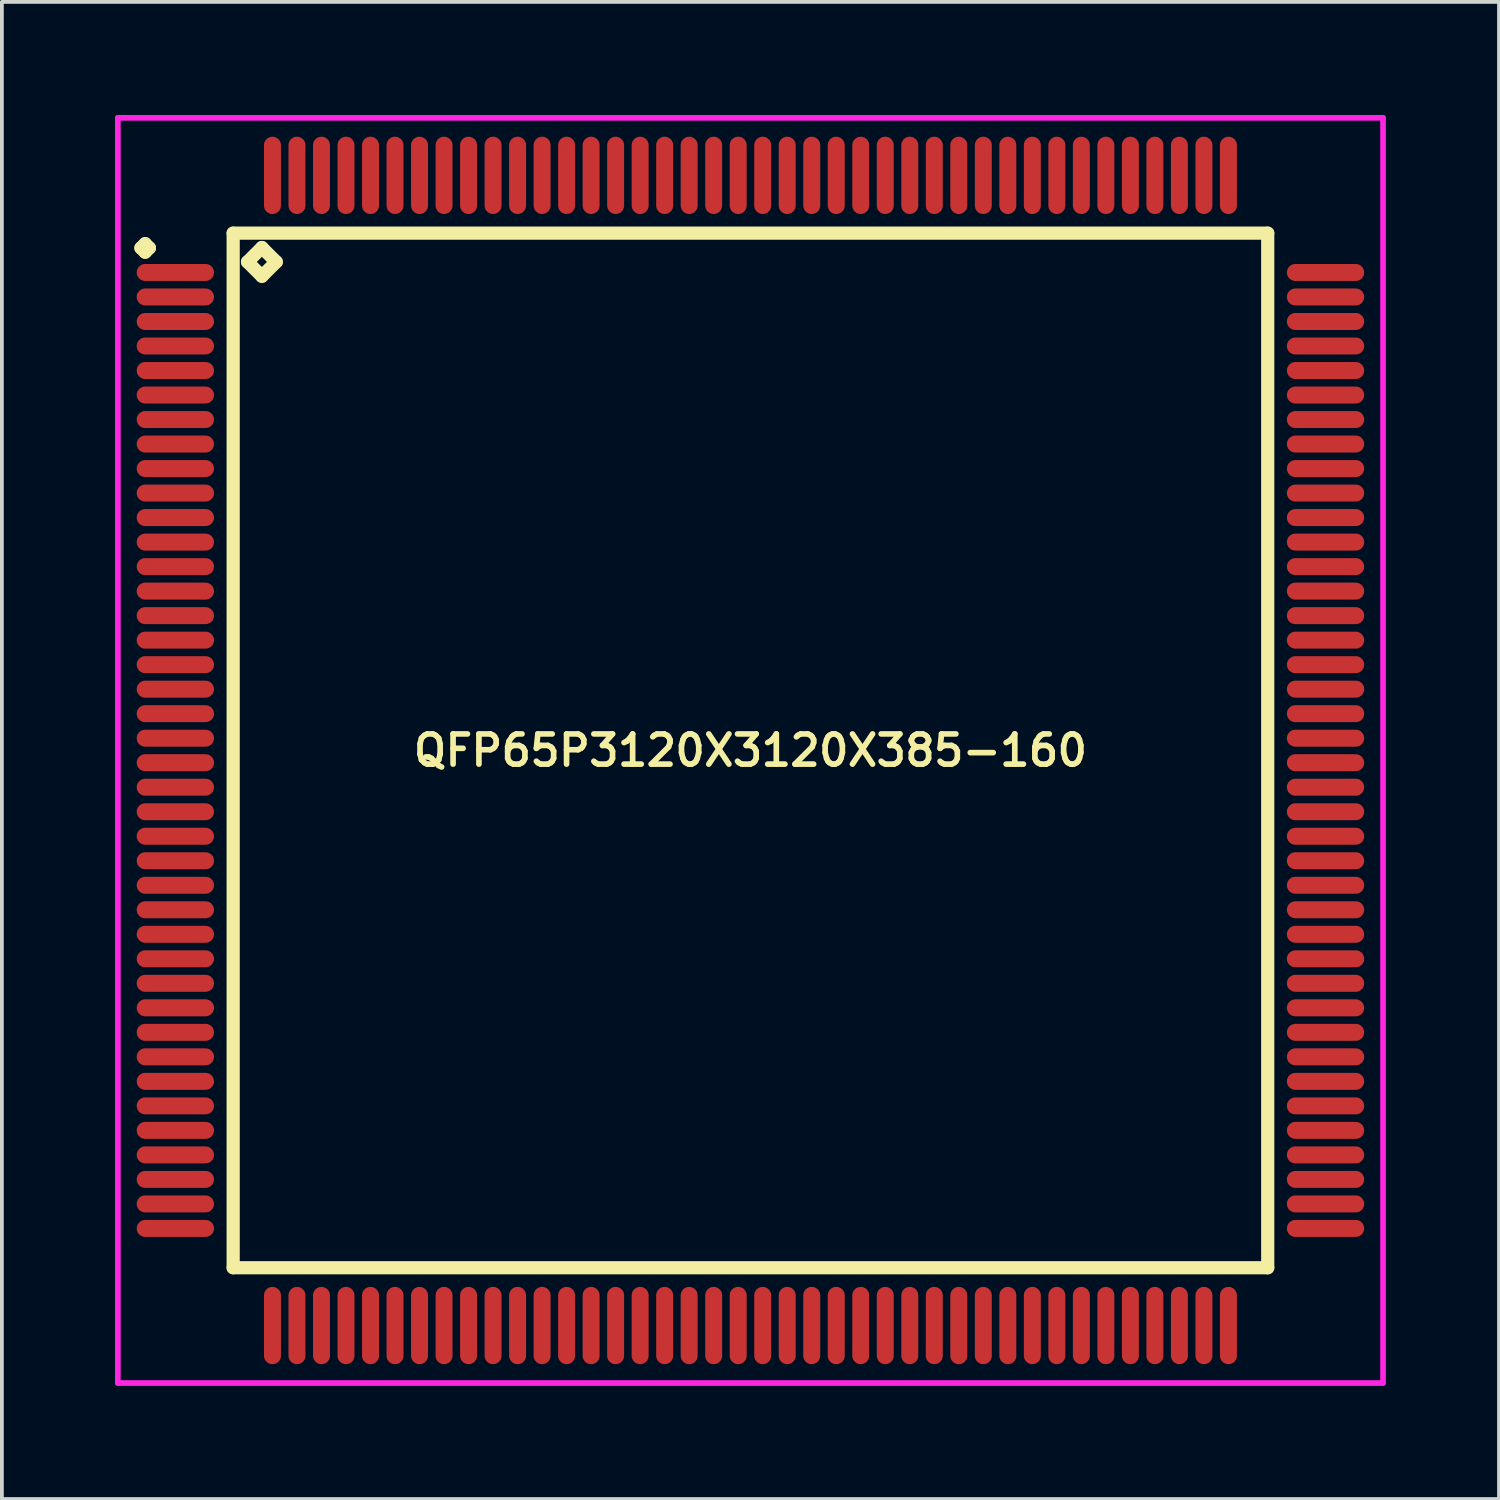
<source format=kicad_pcb>
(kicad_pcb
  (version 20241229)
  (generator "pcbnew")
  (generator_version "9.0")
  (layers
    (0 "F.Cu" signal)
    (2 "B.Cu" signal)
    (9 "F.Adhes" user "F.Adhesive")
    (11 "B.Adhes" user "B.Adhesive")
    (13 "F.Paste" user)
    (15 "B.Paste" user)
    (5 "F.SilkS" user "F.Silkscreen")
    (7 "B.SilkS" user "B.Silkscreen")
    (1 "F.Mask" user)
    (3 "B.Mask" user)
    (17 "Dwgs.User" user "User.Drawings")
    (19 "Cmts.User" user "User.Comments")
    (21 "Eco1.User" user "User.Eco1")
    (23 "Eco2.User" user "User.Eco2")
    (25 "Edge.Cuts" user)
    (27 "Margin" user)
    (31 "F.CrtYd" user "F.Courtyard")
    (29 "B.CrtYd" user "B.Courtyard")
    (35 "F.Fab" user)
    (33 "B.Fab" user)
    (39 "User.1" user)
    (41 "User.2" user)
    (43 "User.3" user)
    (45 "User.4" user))
  (footprint "QFP65P3120X3120X385-160"
    (layer "F.Cu")
    (at 16.85 16.85)
    (property "Reference" "QFP65P3120X3120X385-160" (at 0 0 0) (layer "F.SilkS") (effects (font (size 0.8 0.8) (thickness 0.15))))
    (attr smd)
    (fp_line (start -16.163 -13.325) (end -16.05 -13.438) (stroke (width 0.35) (type solid)) (layer "F.SilkS"))
    (fp_line (start -16.05 -13.438) (end -15.938 -13.325) (stroke (width 0.35) (type solid)) (layer "F.SilkS"))
    (fp_line (start -16.05 -13.213) (end -16.163 -13.325) (stroke (width 0.35) (type solid)) (layer "F.SilkS"))
    (fp_line (start -15.938 -13.325) (end -16.05 -13.213) (stroke (width 0.35) (type solid)) (layer "F.SilkS"))
    (fp_line (start -13.717 -13.717) (end -13.717 13.717) (stroke (width 0.35) (type solid)) (layer "F.SilkS"))
    (fp_line (start -13.717 13.717) (end 13.717 13.717) (stroke (width 0.35) (type solid)) (layer "F.SilkS"))
    (fp_line (start -13.336 -12.955) (end -12.955 -13.336) (stroke (width 0.35) (type solid)) (layer "F.SilkS"))
    (fp_line (start -12.955 -13.336) (end -12.574 -12.955) (stroke (width 0.35) (type solid)) (layer "F.SilkS"))
    (fp_line (start -12.955 -12.574) (end -13.336 -12.955) (stroke (width 0.35) (type solid)) (layer "F.SilkS"))
    (fp_line (start -12.574 -12.955) (end -12.955 -12.574) (stroke (width 0.35) (type solid)) (layer "F.SilkS"))
    (fp_line (start 13.717 -13.717) (end -13.717 -13.717) (stroke (width 0.35) (type solid)) (layer "F.SilkS"))
    (fp_line (start 13.717 13.717) (end 13.717 -13.717) (stroke (width 0.35) (type solid)) (layer "F.SilkS"))
    (fp_line (start -16.775 -16.775) (end 16.775 -16.775) (stroke (width 0.15) (type solid)) (layer "F.CrtYd"))
    (fp_line (start -16.775 16.775) (end -16.775 -16.775) (stroke (width 0.15) (type solid)) (layer "F.CrtYd"))
    (fp_line (start 16.775 -16.775) (end 16.775 16.775) (stroke (width 0.15) (type solid)) (layer "F.CrtYd"))
    (fp_line (start 16.775 16.775) (end -16.775 16.775) (stroke (width 0.15) (type solid)) (layer "F.CrtYd"))
    (pad "1" smd oval (at -15.25 -12.675) (size 2.05 0.45) (layers "F.Cu" "F.Mask" "F.Paste"))
    (pad "2" smd oval (at -15.25 -12.025) (size 2.05 0.45) (layers "F.Cu" "F.Mask" "F.Paste"))
    (pad "3" smd oval (at -15.25 -11.375) (size 2.05 0.45) (layers "F.Cu" "F.Mask" "F.Paste"))
    (pad "4" smd oval (at -15.25 -10.725) (size 2.05 0.45) (layers "F.Cu" "F.Mask" "F.Paste"))
    (pad "5" smd oval (at -15.25 -10.075) (size 2.05 0.45) (layers "F.Cu" "F.Mask" "F.Paste"))
    (pad "6" smd oval (at -15.25 -9.425) (size 2.05 0.45) (layers "F.Cu" "F.Mask" "F.Paste"))
    (pad "7" smd oval (at -15.25 -8.775) (size 2.05 0.45) (layers "F.Cu" "F.Mask" "F.Paste"))
    (pad "8" smd oval (at -15.25 -8.125) (size 2.05 0.45) (layers "F.Cu" "F.Mask" "F.Paste"))
    (pad "9" smd oval (at -15.25 -7.475) (size 2.05 0.45) (layers "F.Cu" "F.Mask" "F.Paste"))
    (pad "10" smd oval (at -15.25 -6.825) (size 2.05 0.45) (layers "F.Cu" "F.Mask" "F.Paste"))
    (pad "11" smd oval (at -15.25 -6.175) (size 2.05 0.45) (layers "F.Cu" "F.Mask" "F.Paste"))
    (pad "12" smd oval (at -15.25 -5.525) (size 2.05 0.45) (layers "F.Cu" "F.Mask" "F.Paste"))
    (pad "13" smd oval (at -15.25 -4.875) (size 2.05 0.45) (layers "F.Cu" "F.Mask" "F.Paste"))
    (pad "14" smd oval (at -15.25 -4.225) (size 2.05 0.45) (layers "F.Cu" "F.Mask" "F.Paste"))
    (pad "15" smd oval (at -15.25 -3.575) (size 2.05 0.45) (layers "F.Cu" "F.Mask" "F.Paste"))
    (pad "16" smd oval (at -15.25 -2.925) (size 2.05 0.45) (layers "F.Cu" "F.Mask" "F.Paste"))
    (pad "17" smd oval (at -15.25 -2.275) (size 2.05 0.45) (layers "F.Cu" "F.Mask" "F.Paste"))
    (pad "18" smd oval (at -15.25 -1.625) (size 2.05 0.45) (layers "F.Cu" "F.Mask" "F.Paste"))
    (pad "19" smd oval (at -15.25 -0.975) (size 2.05 0.45) (layers "F.Cu" "F.Mask" "F.Paste"))
    (pad "20" smd oval (at -15.25 -0.325) (size 2.05 0.45) (layers "F.Cu" "F.Mask" "F.Paste"))
    (pad "21" smd oval (at -15.25 0.325) (size 2.05 0.45) (layers "F.Cu" "F.Mask" "F.Paste"))
    (pad "22" smd oval (at -15.25 0.975) (size 2.05 0.45) (layers "F.Cu" "F.Mask" "F.Paste"))
    (pad "23" smd oval (at -15.25 1.625) (size 2.05 0.45) (layers "F.Cu" "F.Mask" "F.Paste"))
    (pad "24" smd oval (at -15.25 2.275) (size 2.05 0.45) (layers "F.Cu" "F.Mask" "F.Paste"))
    (pad "25" smd oval (at -15.25 2.925) (size 2.05 0.45) (layers "F.Cu" "F.Mask" "F.Paste"))
    (pad "26" smd oval (at -15.25 3.575) (size 2.05 0.45) (layers "F.Cu" "F.Mask" "F.Paste"))
    (pad "27" smd oval (at -15.25 4.225) (size 2.05 0.45) (layers "F.Cu" "F.Mask" "F.Paste"))
    (pad "28" smd oval (at -15.25 4.875) (size 2.05 0.45) (layers "F.Cu" "F.Mask" "F.Paste"))
    (pad "29" smd oval (at -15.25 5.525) (size 2.05 0.45) (layers "F.Cu" "F.Mask" "F.Paste"))
    (pad "30" smd oval (at -15.25 6.175) (size 2.05 0.45) (layers "F.Cu" "F.Mask" "F.Paste"))
    (pad "31" smd oval (at -15.25 6.825) (size 2.05 0.45) (layers "F.Cu" "F.Mask" "F.Paste"))
    (pad "32" smd oval (at -15.25 7.475) (size 2.05 0.45) (layers "F.Cu" "F.Mask" "F.Paste"))
    (pad "33" smd oval (at -15.25 8.125) (size 2.05 0.45) (layers "F.Cu" "F.Mask" "F.Paste"))
    (pad "34" smd oval (at -15.25 8.775) (size 2.05 0.45) (layers "F.Cu" "F.Mask" "F.Paste"))
    (pad "35" smd oval (at -15.25 9.425) (size 2.05 0.45) (layers "F.Cu" "F.Mask" "F.Paste"))
    (pad "36" smd oval (at -15.25 10.075) (size 2.05 0.45) (layers "F.Cu" "F.Mask" "F.Paste"))
    (pad "37" smd oval (at -15.25 10.725) (size 2.05 0.45) (layers "F.Cu" "F.Mask" "F.Paste"))
    (pad "38" smd oval (at -15.25 11.375) (size 2.05 0.45) (layers "F.Cu" "F.Mask" "F.Paste"))
    (pad "39" smd oval (at -15.25 12.025) (size 2.05 0.45) (layers "F.Cu" "F.Mask" "F.Paste"))
    (pad "40" smd oval (at -15.25 12.675) (size 2.05 0.45) (layers "F.Cu" "F.Mask" "F.Paste"))
    (pad "41" smd oval (at -12.675 15.25) (size 0.45 2.05) (layers "F.Cu" "F.Mask" "F.Paste"))
    (pad "42" smd oval (at -12.025 15.25) (size 0.45 2.05) (layers "F.Cu" "F.Mask" "F.Paste"))
    (pad "43" smd oval (at -11.375 15.25) (size 0.45 2.05) (layers "F.Cu" "F.Mask" "F.Paste"))
    (pad "44" smd oval (at -10.725 15.25) (size 0.45 2.05) (layers "F.Cu" "F.Mask" "F.Paste"))
    (pad "45" smd oval (at -10.075 15.25) (size 0.45 2.05) (layers "F.Cu" "F.Mask" "F.Paste"))
    (pad "46" smd oval (at -9.425 15.25) (size 0.45 2.05) (layers "F.Cu" "F.Mask" "F.Paste"))
    (pad "47" smd oval (at -8.775 15.25) (size 0.45 2.05) (layers "F.Cu" "F.Mask" "F.Paste"))
    (pad "48" smd oval (at -8.125 15.25) (size 0.45 2.05) (layers "F.Cu" "F.Mask" "F.Paste"))
    (pad "49" smd oval (at -7.475 15.25) (size 0.45 2.05) (layers "F.Cu" "F.Mask" "F.Paste"))
    (pad "50" smd oval (at -6.825 15.25) (size 0.45 2.05) (layers "F.Cu" "F.Mask" "F.Paste"))
    (pad "51" smd oval (at -6.175 15.25) (size 0.45 2.05) (layers "F.Cu" "F.Mask" "F.Paste"))
    (pad "52" smd oval (at -5.525 15.25) (size 0.45 2.05) (layers "F.Cu" "F.Mask" "F.Paste"))
    (pad "53" smd oval (at -4.875 15.25) (size 0.45 2.05) (layers "F.Cu" "F.Mask" "F.Paste"))
    (pad "54" smd oval (at -4.225 15.25) (size 0.45 2.05) (layers "F.Cu" "F.Mask" "F.Paste"))
    (pad "55" smd oval (at -3.575 15.25) (size 0.45 2.05) (layers "F.Cu" "F.Mask" "F.Paste"))
    (pad "56" smd oval (at -2.925 15.25) (size 0.45 2.05) (layers "F.Cu" "F.Mask" "F.Paste"))
    (pad "57" smd oval (at -2.275 15.25) (size 0.45 2.05) (layers "F.Cu" "F.Mask" "F.Paste"))
    (pad "58" smd oval (at -1.625 15.25) (size 0.45 2.05) (layers "F.Cu" "F.Mask" "F.Paste"))
    (pad "59" smd oval (at -0.975 15.25) (size 0.45 2.05) (layers "F.Cu" "F.Mask" "F.Paste"))
    (pad "60" smd oval (at -0.325 15.25) (size 0.45 2.05) (layers "F.Cu" "F.Mask" "F.Paste"))
    (pad "61" smd oval (at 0.325 15.25) (size 0.45 2.05) (layers "F.Cu" "F.Mask" "F.Paste"))
    (pad "62" smd oval (at 0.975 15.25) (size 0.45 2.05) (layers "F.Cu" "F.Mask" "F.Paste"))
    (pad "63" smd oval (at 1.625 15.25) (size 0.45 2.05) (layers "F.Cu" "F.Mask" "F.Paste"))
    (pad "64" smd oval (at 2.275 15.25) (size 0.45 2.05) (layers "F.Cu" "F.Mask" "F.Paste"))
    (pad "65" smd oval (at 2.925 15.25) (size 0.45 2.05) (layers "F.Cu" "F.Mask" "F.Paste"))
    (pad "66" smd oval (at 3.575 15.25) (size 0.45 2.05) (layers "F.Cu" "F.Mask" "F.Paste"))
    (pad "67" smd oval (at 4.225 15.25) (size 0.45 2.05) (layers "F.Cu" "F.Mask" "F.Paste"))
    (pad "68" smd oval (at 4.875 15.25) (size 0.45 2.05) (layers "F.Cu" "F.Mask" "F.Paste"))
    (pad "69" smd oval (at 5.525 15.25) (size 0.45 2.05) (layers "F.Cu" "F.Mask" "F.Paste"))
    (pad "70" smd oval (at 6.175 15.25) (size 0.45 2.05) (layers "F.Cu" "F.Mask" "F.Paste"))
    (pad "71" smd oval (at 6.825 15.25) (size 0.45 2.05) (layers "F.Cu" "F.Mask" "F.Paste"))
    (pad "72" smd oval (at 7.475 15.25) (size 0.45 2.05) (layers "F.Cu" "F.Mask" "F.Paste"))
    (pad "73" smd oval (at 8.125 15.25) (size 0.45 2.05) (layers "F.Cu" "F.Mask" "F.Paste"))
    (pad "74" smd oval (at 8.775 15.25) (size 0.45 2.05) (layers "F.Cu" "F.Mask" "F.Paste"))
    (pad "75" smd oval (at 9.425 15.25) (size 0.45 2.05) (layers "F.Cu" "F.Mask" "F.Paste"))
    (pad "76" smd oval (at 10.075 15.25) (size 0.45 2.05) (layers "F.Cu" "F.Mask" "F.Paste"))
    (pad "77" smd oval (at 10.725 15.25) (size 0.45 2.05) (layers "F.Cu" "F.Mask" "F.Paste"))
    (pad "78" smd oval (at 11.375 15.25) (size 0.45 2.05) (layers "F.Cu" "F.Mask" "F.Paste"))
    (pad "79" smd oval (at 12.025 15.25) (size 0.45 2.05) (layers "F.Cu" "F.Mask" "F.Paste"))
    (pad "80" smd oval (at 12.675 15.25) (size 0.45 2.05) (layers "F.Cu" "F.Mask" "F.Paste"))
    (pad "81" smd oval (at 15.25 12.675) (size 2.05 0.45) (layers "F.Cu" "F.Mask" "F.Paste"))
    (pad "82" smd oval (at 15.25 12.025) (size 2.05 0.45) (layers "F.Cu" "F.Mask" "F.Paste"))
    (pad "83" smd oval (at 15.25 11.375) (size 2.05 0.45) (layers "F.Cu" "F.Mask" "F.Paste"))
    (pad "84" smd oval (at 15.25 10.725) (size 2.05 0.45) (layers "F.Cu" "F.Mask" "F.Paste"))
    (pad "85" smd oval (at 15.25 10.075) (size 2.05 0.45) (layers "F.Cu" "F.Mask" "F.Paste"))
    (pad "86" smd oval (at 15.25 9.425) (size 2.05 0.45) (layers "F.Cu" "F.Mask" "F.Paste"))
    (pad "87" smd oval (at 15.25 8.775) (size 2.05 0.45) (layers "F.Cu" "F.Mask" "F.Paste"))
    (pad "88" smd oval (at 15.25 8.125) (size 2.05 0.45) (layers "F.Cu" "F.Mask" "F.Paste"))
    (pad "89" smd oval (at 15.25 7.475) (size 2.05 0.45) (layers "F.Cu" "F.Mask" "F.Paste"))
    (pad "90" smd oval (at 15.25 6.825) (size 2.05 0.45) (layers "F.Cu" "F.Mask" "F.Paste"))
    (pad "91" smd oval (at 15.25 6.175) (size 2.05 0.45) (layers "F.Cu" "F.Mask" "F.Paste"))
    (pad "92" smd oval (at 15.25 5.525) (size 2.05 0.45) (layers "F.Cu" "F.Mask" "F.Paste"))
    (pad "93" smd oval (at 15.25 4.875) (size 2.05 0.45) (layers "F.Cu" "F.Mask" "F.Paste"))
    (pad "94" smd oval (at 15.25 4.225) (size 2.05 0.45) (layers "F.Cu" "F.Mask" "F.Paste"))
    (pad "95" smd oval (at 15.25 3.575) (size 2.05 0.45) (layers "F.Cu" "F.Mask" "F.Paste"))
    (pad "96" smd oval (at 15.25 2.925) (size 2.05 0.45) (layers "F.Cu" "F.Mask" "F.Paste"))
    (pad "97" smd oval (at 15.25 2.275) (size 2.05 0.45) (layers "F.Cu" "F.Mask" "F.Paste"))
    (pad "98" smd oval (at 15.25 1.625) (size 2.05 0.45) (layers "F.Cu" "F.Mask" "F.Paste"))
    (pad "99" smd oval (at 15.25 0.975) (size 2.05 0.45) (layers "F.Cu" "F.Mask" "F.Paste"))
    (pad "100" smd oval (at 15.25 0.325) (size 2.05 0.45) (layers "F.Cu" "F.Mask" "F.Paste"))
    (pad "101" smd oval (at 15.25 -0.325) (size 2.05 0.45) (layers "F.Cu" "F.Mask" "F.Paste"))
    (pad "102" smd oval (at 15.25 -0.975) (size 2.05 0.45) (layers "F.Cu" "F.Mask" "F.Paste"))
    (pad "103" smd oval (at 15.25 -1.625) (size 2.05 0.45) (layers "F.Cu" "F.Mask" "F.Paste"))
    (pad "104" smd oval (at 15.25 -2.275) (size 2.05 0.45) (layers "F.Cu" "F.Mask" "F.Paste"))
    (pad "105" smd oval (at 15.25 -2.925) (size 2.05 0.45) (layers "F.Cu" "F.Mask" "F.Paste"))
    (pad "106" smd oval (at 15.25 -3.575) (size 2.05 0.45) (layers "F.Cu" "F.Mask" "F.Paste"))
    (pad "107" smd oval (at 15.25 -4.225) (size 2.05 0.45) (layers "F.Cu" "F.Mask" "F.Paste"))
    (pad "108" smd oval (at 15.25 -4.875) (size 2.05 0.45) (layers "F.Cu" "F.Mask" "F.Paste"))
    (pad "109" smd oval (at 15.25 -5.525) (size 2.05 0.45) (layers "F.Cu" "F.Mask" "F.Paste"))
    (pad "110" smd oval (at 15.25 -6.175) (size 2.05 0.45) (layers "F.Cu" "F.Mask" "F.Paste"))
    (pad "111" smd oval (at 15.25 -6.825) (size 2.05 0.45) (layers "F.Cu" "F.Mask" "F.Paste"))
    (pad "112" smd oval (at 15.25 -7.475) (size 2.05 0.45) (layers "F.Cu" "F.Mask" "F.Paste"))
    (pad "113" smd oval (at 15.25 -8.125) (size 2.05 0.45) (layers "F.Cu" "F.Mask" "F.Paste"))
    (pad "114" smd oval (at 15.25 -8.775) (size 2.05 0.45) (layers "F.Cu" "F.Mask" "F.Paste"))
    (pad "115" smd oval (at 15.25 -9.425) (size 2.05 0.45) (layers "F.Cu" "F.Mask" "F.Paste"))
    (pad "116" smd oval (at 15.25 -10.075) (size 2.05 0.45) (layers "F.Cu" "F.Mask" "F.Paste"))
    (pad "117" smd oval (at 15.25 -10.725) (size 2.05 0.45) (layers "F.Cu" "F.Mask" "F.Paste"))
    (pad "118" smd oval (at 15.25 -11.375) (size 2.05 0.45) (layers "F.Cu" "F.Mask" "F.Paste"))
    (pad "119" smd oval (at 15.25 -12.025) (size 2.05 0.45) (layers "F.Cu" "F.Mask" "F.Paste"))
    (pad "120" smd oval (at 15.25 -12.675) (size 2.05 0.45) (layers "F.Cu" "F.Mask" "F.Paste"))
    (pad "121" smd oval (at 12.675 -15.25) (size 0.45 2.05) (layers "F.Cu" "F.Mask" "F.Paste"))
    (pad "122" smd oval (at 12.025 -15.25) (size 0.45 2.05) (layers "F.Cu" "F.Mask" "F.Paste"))
    (pad "123" smd oval (at 11.375 -15.25) (size 0.45 2.05) (layers "F.Cu" "F.Mask" "F.Paste"))
    (pad "124" smd oval (at 10.725 -15.25) (size 0.45 2.05) (layers "F.Cu" "F.Mask" "F.Paste"))
    (pad "125" smd oval (at 10.075 -15.25) (size 0.45 2.05) (layers "F.Cu" "F.Mask" "F.Paste"))
    (pad "126" smd oval (at 9.425 -15.25) (size 0.45 2.05) (layers "F.Cu" "F.Mask" "F.Paste"))
    (pad "127" smd oval (at 8.775 -15.25) (size 0.45 2.05) (layers "F.Cu" "F.Mask" "F.Paste"))
    (pad "128" smd oval (at 8.125 -15.25) (size 0.45 2.05) (layers "F.Cu" "F.Mask" "F.Paste"))
    (pad "129" smd oval (at 7.475 -15.25) (size 0.45 2.05) (layers "F.Cu" "F.Mask" "F.Paste"))
    (pad "130" smd oval (at 6.825 -15.25) (size 0.45 2.05) (layers "F.Cu" "F.Mask" "F.Paste"))
    (pad "131" smd oval (at 6.175 -15.25) (size 0.45 2.05) (layers "F.Cu" "F.Mask" "F.Paste"))
    (pad "132" smd oval (at 5.525 -15.25) (size 0.45 2.05) (layers "F.Cu" "F.Mask" "F.Paste"))
    (pad "133" smd oval (at 4.875 -15.25) (size 0.45 2.05) (layers "F.Cu" "F.Mask" "F.Paste"))
    (pad "134" smd oval (at 4.225 -15.25) (size 0.45 2.05) (layers "F.Cu" "F.Mask" "F.Paste"))
    (pad "135" smd oval (at 3.575 -15.25) (size 0.45 2.05) (layers "F.Cu" "F.Mask" "F.Paste"))
    (pad "136" smd oval (at 2.925 -15.25) (size 0.45 2.05) (layers "F.Cu" "F.Mask" "F.Paste"))
    (pad "137" smd oval (at 2.275 -15.25) (size 0.45 2.05) (layers "F.Cu" "F.Mask" "F.Paste"))
    (pad "138" smd oval (at 1.625 -15.25) (size 0.45 2.05) (layers "F.Cu" "F.Mask" "F.Paste"))
    (pad "139" smd oval (at 0.975 -15.25) (size 0.45 2.05) (layers "F.Cu" "F.Mask" "F.Paste"))
    (pad "140" smd oval (at 0.325 -15.25) (size 0.45 2.05) (layers "F.Cu" "F.Mask" "F.Paste"))
    (pad "141" smd oval (at -0.325 -15.25) (size 0.45 2.05) (layers "F.Cu" "F.Mask" "F.Paste"))
    (pad "142" smd oval (at -0.975 -15.25) (size 0.45 2.05) (layers "F.Cu" "F.Mask" "F.Paste"))
    (pad "143" smd oval (at -1.625 -15.25) (size 0.45 2.05) (layers "F.Cu" "F.Mask" "F.Paste"))
    (pad "144" smd oval (at -2.275 -15.25) (size 0.45 2.05) (layers "F.Cu" "F.Mask" "F.Paste"))
    (pad "145" smd oval (at -2.925 -15.25) (size 0.45 2.05) (layers "F.Cu" "F.Mask" "F.Paste"))
    (pad "146" smd oval (at -3.575 -15.25) (size 0.45 2.05) (layers "F.Cu" "F.Mask" "F.Paste"))
    (pad "147" smd oval (at -4.225 -15.25) (size 0.45 2.05) (layers "F.Cu" "F.Mask" "F.Paste"))
    (pad "148" smd oval (at -4.875 -15.25) (size 0.45 2.05) (layers "F.Cu" "F.Mask" "F.Paste"))
    (pad "149" smd oval (at -5.525 -15.25) (size 0.45 2.05) (layers "F.Cu" "F.Mask" "F.Paste"))
    (pad "150" smd oval (at -6.175 -15.25) (size 0.45 2.05) (layers "F.Cu" "F.Mask" "F.Paste"))
    (pad "151" smd oval (at -6.825 -15.25) (size 0.45 2.05) (layers "F.Cu" "F.Mask" "F.Paste"))
    (pad "152" smd oval (at -7.475 -15.25) (size 0.45 2.05) (layers "F.Cu" "F.Mask" "F.Paste"))
    (pad "153" smd oval (at -8.125 -15.25) (size 0.45 2.05) (layers "F.Cu" "F.Mask" "F.Paste"))
    (pad "154" smd oval (at -8.775 -15.25) (size 0.45 2.05) (layers "F.Cu" "F.Mask" "F.Paste"))
    (pad "155" smd oval (at -9.425 -15.25) (size 0.45 2.05) (layers "F.Cu" "F.Mask" "F.Paste"))
    (pad "156" smd oval (at -10.075 -15.25) (size 0.45 2.05) (layers "F.Cu" "F.Mask" "F.Paste"))
    (pad "157" smd oval (at -10.725 -15.25) (size 0.45 2.05) (layers "F.Cu" "F.Mask" "F.Paste"))
    (pad "158" smd oval (at -11.375 -15.25) (size 0.45 2.05) (layers "F.Cu" "F.Mask" "F.Paste"))
    (pad "159" smd oval (at -12.025 -15.25) (size 0.45 2.05) (layers "F.Cu" "F.Mask" "F.Paste"))
    (pad "160" smd oval (at -12.675 -15.25) (size 0.45 2.05) (layers "F.Cu" "F.Mask" "F.Paste")))
  (gr_rect
    (start -3 -3)
    (end 36.7 36.7)
    (stroke (width 0.1) (type default))
    (fill no)
    (layer "Edge.Cuts")))
</source>
